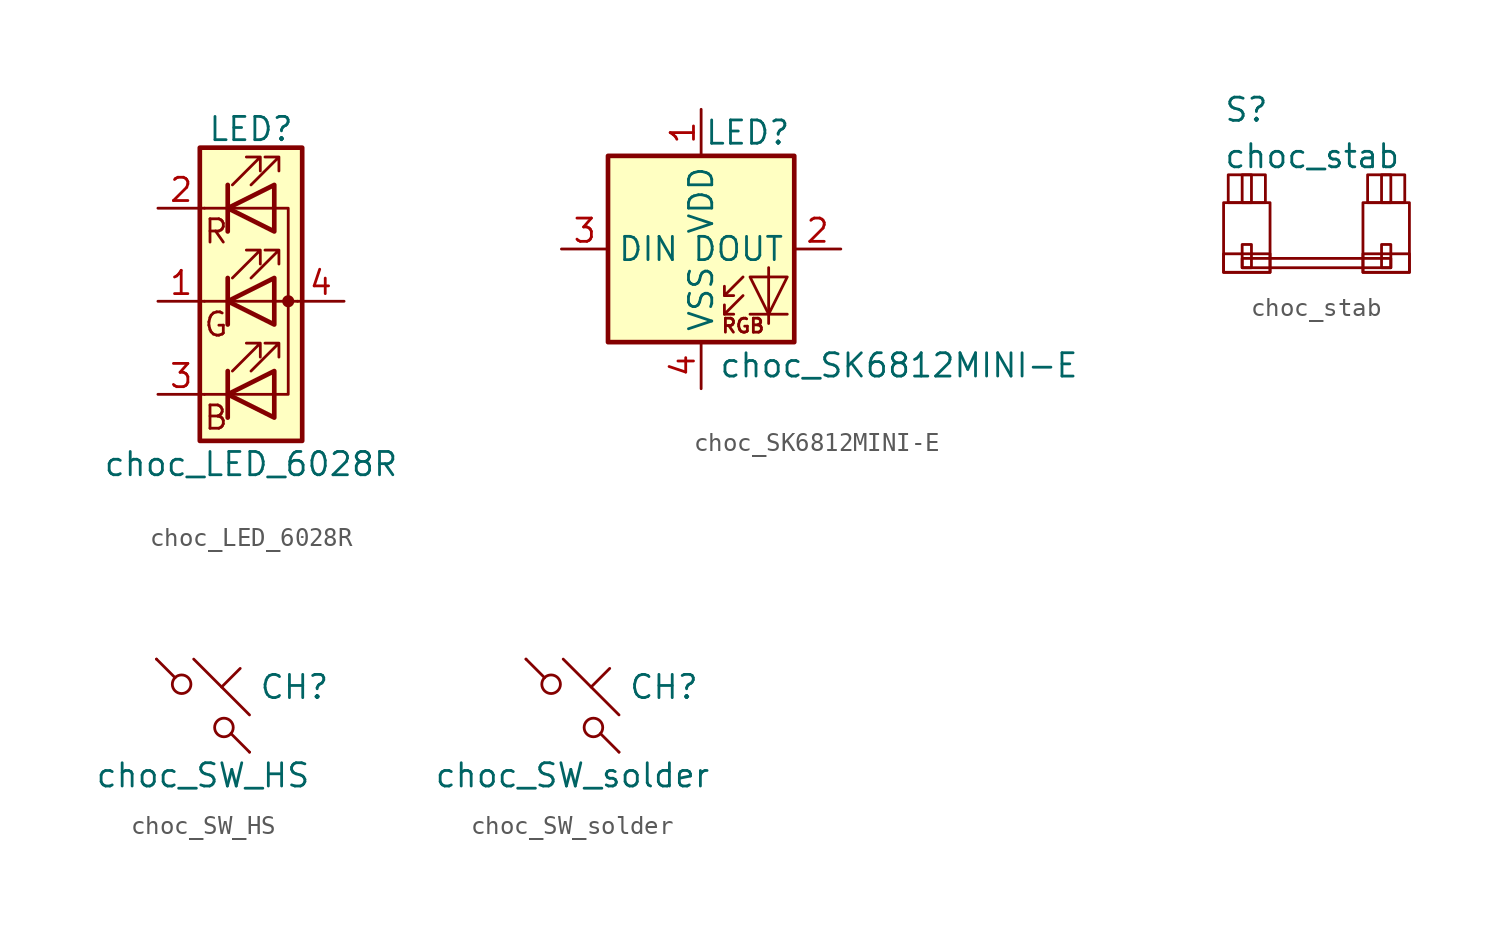
<source format=kicad_sym>
(kicad_symbol_lib
  (version 20220914)
  (generator kicad_symbol_editor)
  (symbol "choc_LED_6028R"
    (pin_names
      (offset 0) hide)
    (property "Reference" "LED"
      (at 0 9.398 0)
      (effects (font (size 1.27 1.27))))
    (property "Value" "choc_LED_6028R"
      (at 0 -8.89 0)
      (effects (font (size 1.27 1.27))))
    (symbol "choc_LED_6028R_0_0"
      (text "B" (at -1.905 -6.35 0) (effects (font (size 1.27 1.27))))
      (text "G" (at -1.905 -1.27 0) (effects (font (size 1.27 1.27))))
      (text "R" (at -1.905 3.81 0) (effects (font (size 1.27 1.27)))))
    (symbol "choc_LED_6028R_0_1"
      (polyline (pts (xy -1.27 -5.08) (xy -2.54 -5.08)) (stroke (width 0) (type default)) (fill (type none)))
      (polyline (pts (xy -1.27 -5.08) (xy 1.27 -5.08)) (stroke (width 0) (type default)) (fill (type none)))
      (polyline (pts (xy -1.27 -3.81) (xy -1.27 -6.35)) (stroke (width 0.254) (type default)) (fill (type none)))
      (polyline (pts (xy -1.27 0) (xy -2.54 0)) (stroke (width 0) (type default)) (fill (type none)))
      (polyline (pts (xy -1.27 1.27) (xy -1.27 -1.27)) (stroke (width 0.254) (type default)) (fill (type none)))
      (polyline (pts (xy -1.27 5.08) (xy -2.54 5.08)) (stroke (width 0) (type default)) (fill (type none)))
      (polyline (pts (xy -1.27 5.08) (xy 1.27 5.08)) (stroke (width 0) (type default)) (fill (type none)))
      (polyline (pts (xy -1.27 6.35) (xy -1.27 3.81)) (stroke (width 0.254) (type default)) (fill (type none)))
      (polyline (pts (xy 1.27 0) (xy -1.27 0)) (stroke (width 0) (type default)) (fill (type none)))
      (polyline (pts (xy 1.27 0) (xy 2.54 0)) (stroke (width 0) (type default)) (fill (type none)))
      (polyline (pts (xy -1.27 1.27) (xy -1.27 -1.27) (xy -1.27 -1.27)) (stroke (width 0) (type default)) (fill (type none)))
      (polyline (pts (xy -1.27 6.35) (xy -1.27 3.81) (xy -1.27 3.81)) (stroke (width 0) (type default)) (fill (type none)))
      (polyline (pts (xy 1.27 -5.08) (xy 2.032 -5.08) (xy 2.032 5.08) (xy 1.27 5.08)) (stroke (width 0) (type default)) (fill (type none)))
      (polyline (pts (xy 1.27 -3.81) (xy 1.27 -6.35) (xy -1.27 -5.08) (xy 1.27 -3.81)) (stroke (width 0.254) (type default)) (fill (type none)))
      (polyline (pts (xy 1.27 1.27) (xy 1.27 -1.27) (xy -1.27 0) (xy 1.27 1.27)) (stroke (width 0.254) (type default)) (fill (type none)))
      (polyline (pts (xy 1.27 6.35) (xy 1.27 3.81) (xy -1.27 5.08) (xy 1.27 6.35)) (stroke (width 0.254) (type default)) (fill (type none)))
      (polyline (pts (xy -1.016 -3.81) (xy 0.508 -2.286) (xy -0.254 -2.286) (xy 0.508 -2.286) (xy 0.508 -3.048)) (stroke (width 0) (type default)) (fill (type none)))
      (polyline (pts (xy -1.016 1.27) (xy 0.508 2.794) (xy -0.254 2.794) (xy 0.508 2.794) (xy 0.508 2.032)) (stroke (width 0) (type default)) (fill (type none)))
      (polyline (pts (xy -1.016 6.35) (xy 0.508 7.874) (xy -0.254 7.874) (xy 0.508 7.874) (xy 0.508 7.112)) (stroke (width 0) (type default)) (fill (type none)))
      (polyline (pts (xy 0 -3.81) (xy 1.524 -2.286) (xy 0.762 -2.286) (xy 1.524 -2.286) (xy 1.524 -3.048)) (stroke (width 0) (type default)) (fill (type none)))
      (polyline (pts (xy 0 1.27) (xy 1.524 2.794) (xy 0.762 2.794) (xy 1.524 2.794) (xy 1.524 2.032)) (stroke (width 0) (type default)) (fill (type none)))
      (polyline (pts (xy 0 6.35) (xy 1.524 7.874) (xy 0.762 7.874) (xy 1.524 7.874) (xy 1.524 7.112)) (stroke (width 0) (type default)) (fill (type none)))
      (rectangle (start 1.27 -1.27) (end 1.27 1.27) (stroke (width 0) (type default)) (fill (type none)))
      (rectangle (start 1.27 1.27) (end 1.27 1.27) (stroke (width 0) (type default)) (fill (type none)))
      (rectangle (start 1.27 3.81) (end 1.27 6.35) (stroke (width 0) (type default)) (fill (type none)))
      (rectangle (start 1.27 6.35) (end 1.27 6.35) (stroke (width 0) (type default)) (fill (type none)))
      (circle (center 2.032 0) (radius 0.254) (stroke (width 0) (type default)) (fill (type outline)))
      (rectangle (start 2.794 8.382) (end -2.794 -7.62) (stroke (width 0.254) (type default)) (fill (type background))))
    (symbol "choc_LED_6028R_1_1"
      (pin passive line (at -5.08 0 0) (length 2.54) (name "GK" (effects (font (size 1.27 1.27)))) (number "1" (effects (font (size 1.27 1.27)))))
      (pin passive line (at -5.08 5.08 0) (length 2.54) (name "RK" (effects (font (size 1.27 1.27)))) (number "2" (effects (font (size 1.27 1.27)))))
      (pin passive line (at -5.08 -5.08 0) (length 2.54) (name "BK" (effects (font (size 1.27 1.27)))) (number "3" (effects (font (size 1.27 1.27)))))
      (pin passive line (at 5.08 0 180) (length 2.54) (name "A" (effects (font (size 1.27 1.27)))) (number "4" (effects (font (size 1.27 1.27)))))))
  (symbol "choc_SK6812MINI-E"
    (property "Reference" "LED"
      (at 2.54 6.35 0)
      (effects (font (size 1.27 1.27))))
    (property "Value" "choc_SK6812MINI-E"
      (at 10.795 -6.35 0)
      (effects (font (size 1.27 1.27))))
    (symbol "choc_SK6812MINI-E_0_0"
      (text "RGB" (at 2.286 -4.191 0) (effects (font (size 0.762 0.762)))))
    (symbol "choc_SK6812MINI-E_0_1"
      (rectangle (start -5.08 5.08) (end 5.08 -5.08) (stroke (width 0.254) (type default)) (fill (type background)))
      (polyline (pts (xy 1.27 -3.556) (xy 1.778 -3.556)) (stroke (width 0) (type default)) (fill (type none)))
      (polyline (pts (xy 1.27 -2.54) (xy 1.778 -2.54)) (stroke (width 0) (type default)) (fill (type none)))
      (polyline (pts (xy 4.699 -3.556) (xy 2.667 -3.556)) (stroke (width 0) (type default)) (fill (type none)))
      (polyline (pts (xy 2.286 -2.54) (xy 1.27 -3.556) (xy 1.27 -3.048)) (stroke (width 0) (type default)) (fill (type none)))
      (polyline (pts (xy 2.286 -1.524) (xy 1.27 -2.54) (xy 1.27 -2.032)) (stroke (width 0) (type default)) (fill (type none)))
      (polyline (pts (xy 3.683 -1.016) (xy 3.683 -3.556) (xy 3.683 -4.064)) (stroke (width 0) (type default)) (fill (type none)))
      (polyline (pts (xy 4.699 -1.524) (xy 2.667 -1.524) (xy 3.683 -3.556) (xy 4.699 -1.524)) (stroke (width 0) (type default)) (fill (type none))))
    (symbol "choc_SK6812MINI-E_1_1"
      (pin power_in line (at 0 7.62 270) (length 2.54) (name "VDD" (effects (font (size 1.27 1.27)))) (number "1" (effects (font (size 1.27 1.27)))))
      (pin output line (at 7.62 0 180) (length 2.54) (name "DOUT" (effects (font (size 1.27 1.27)))) (number "2" (effects (font (size 1.27 1.27)))))
      (pin input line (at -7.62 0 0) (length 2.54) (name "DIN" (effects (font (size 1.27 1.27)))) (number "3" (effects (font (size 1.27 1.27)))))
      (pin power_in line (at 0 -7.62 90) (length 2.54) (name "VSS" (effects (font (size 1.27 1.27)))) (number "4" (effects (font (size 1.27 1.27)))))))
  (symbol "choc_stab"
    (pin_names
      (offset 1.016))
    (property "Reference" "S"
      (at -5.08 6.35 0)
      (effects (font (size 1.27 1.27)) (justify left)))
    (property "Value" "choc_stab"
      (at -5.08 3.81 0)
      (effects (font (size 1.27 1.27)) (justify left)))
    (symbol "choc_stab_0_1"
      (rectangle (start -5.08 -1.524) (end -2.54 -2.54) (stroke (width 0) (type default)) (fill (type none)))
      (rectangle (start -5.08 1.27) (end -2.54 -2.54) (stroke (width 0) (type default)) (fill (type none)))
      (rectangle (start -4.826 2.794) (end -2.794 1.27) (stroke (width 0) (type default)) (fill (type none)))
      (rectangle (start -4.064 -2.286) (end -3.556 -1.016) (stroke (width 0) (type default)) (fill (type none)))
      (rectangle (start -4.064 -1.778) (end 4.064 -2.286) (stroke (width 0) (type default)) (fill (type none)))
      (rectangle (start -4.064 1.27) (end -3.556 2.794) (stroke (width 0) (type default)) (fill (type none)))
      (rectangle (start 2.54 -1.524) (end 5.08 -2.54) (stroke (width 0) (type default)) (fill (type none)))
      (rectangle (start 2.54 1.27) (end 5.08 -2.54) (stroke (width 0) (type default)) (fill (type none)))
      (rectangle (start 2.794 2.794) (end 4.826 1.27) (stroke (width 0) (type default)) (fill (type none)))
      (rectangle (start 3.556 1.27) (end 4.064 2.794) (stroke (width 0) (type default)) (fill (type none)))
      (rectangle (start 4.064 -2.286) (end 3.556 -1.016) (stroke (width 0) (type default)) (fill (type none)))))
  (symbol "choc_SW_HS"
    (pin_numbers hide)
    (pin_names
      (offset 1.016) hide)
    (property "Reference" "CH"
      (at 3.048 1.016 0)
      (effects (font (size 1.27 1.27)) (justify left)))
    (property "Value" "choc_SW_HS"
      (at 0 -3.81 0)
      (effects (font (size 1.27 1.27))))
    (symbol "choc_SW_HS_0_1"
      (circle (center -1.168 1.168) (radius 0.508) (stroke (width 0) (type default)) (fill (type none)))
      (polyline (pts (xy -0.508 2.54) (xy 2.54 -0.508)) (stroke (width 0) (type default)) (fill (type none)))
      (polyline (pts (xy 1.016 1.016) (xy 2.032 2.032)) (stroke (width 0) (type default)) (fill (type none)))
      (polyline (pts (xy -2.54 2.54) (xy -1.524 1.524) (xy -1.524 1.524)) (stroke (width 0) (type default)) (fill (type none)))
      (polyline (pts (xy 1.524 -1.524) (xy 2.54 -2.54) (xy 2.54 -2.54) (xy 2.54 -2.54)) (stroke (width 0) (type default)) (fill (type none)))
      (circle (center 1.143 -1.194) (radius 0.508) (stroke (width 0) (type default)) (fill (type none)))
      (pin passive line (at -2.54 2.54 0) (length 0) (name "1" (effects (font (size 1.27 1.27)))) (number "1" (effects (font (size 1.27 1.27)))))
      (pin passive line (at 2.54 -2.54 180) (length 0) (name "2" (effects (font (size 1.27 1.27)))) (number "2" (effects (font (size 1.27 1.27)))))))
  (symbol "choc_SW_solder"
    (pin_numbers hide)
    (pin_names
      (offset 1.016) hide)
    (property "Reference" "CH"
      (at 3.048 1.016 0)
      (effects (font (size 1.27 1.27)) (justify left)))
    (property "Value" "choc_SW_solder"
      (at 0 -3.81 0)
      (effects (font (size 1.27 1.27))))
    (symbol "choc_SW_solder_0_1"
      (circle (center -1.168 1.168) (radius 0.508) (stroke (width 0) (type default)) (fill (type none)))
      (polyline (pts (xy -0.508 2.54) (xy 2.54 -0.508)) (stroke (width 0) (type default)) (fill (type none)))
      (polyline (pts (xy 1.016 1.016) (xy 2.032 2.032)) (stroke (width 0) (type default)) (fill (type none)))
      (polyline (pts (xy -2.54 2.54) (xy -1.524 1.524) (xy -1.524 1.524)) (stroke (width 0) (type default)) (fill (type none)))
      (polyline (pts (xy 1.524 -1.524) (xy 2.54 -2.54) (xy 2.54 -2.54) (xy 2.54 -2.54)) (stroke (width 0) (type default)) (fill (type none)))
      (circle (center 1.143 -1.194) (radius 0.508) (stroke (width 0) (type default)) (fill (type none)))
      (pin passive line (at -2.54 2.54 0) (length 0) (name "1" (effects (font (size 1.27 1.27)))) (number "1" (effects (font (size 1.27 1.27)))))
      (pin passive line (at 2.54 -2.54 180) (length 0) (name "2" (effects (font (size 1.27 1.27)))) (number "2" (effects (font (size 1.27 1.27))))))))
</source>
